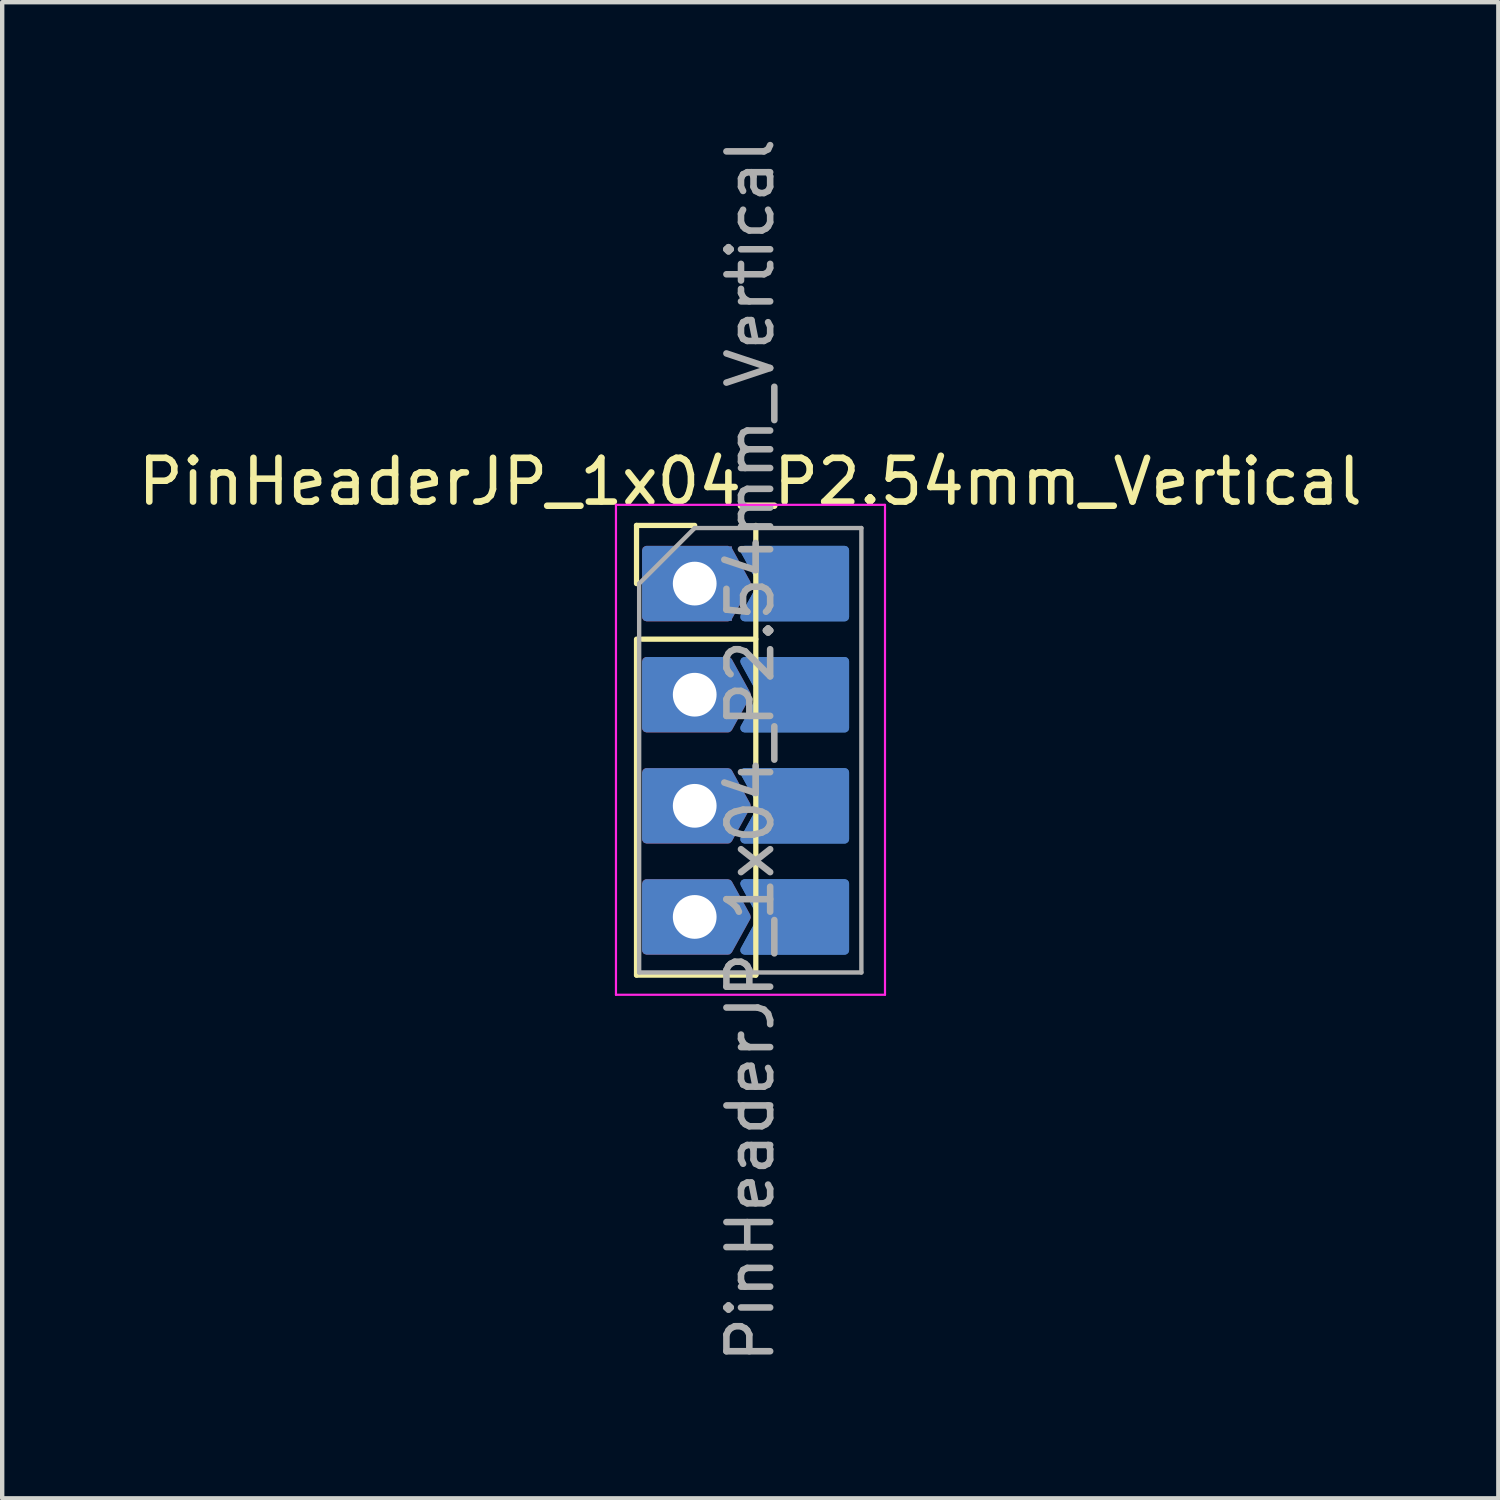
<source format=kicad_pcb>
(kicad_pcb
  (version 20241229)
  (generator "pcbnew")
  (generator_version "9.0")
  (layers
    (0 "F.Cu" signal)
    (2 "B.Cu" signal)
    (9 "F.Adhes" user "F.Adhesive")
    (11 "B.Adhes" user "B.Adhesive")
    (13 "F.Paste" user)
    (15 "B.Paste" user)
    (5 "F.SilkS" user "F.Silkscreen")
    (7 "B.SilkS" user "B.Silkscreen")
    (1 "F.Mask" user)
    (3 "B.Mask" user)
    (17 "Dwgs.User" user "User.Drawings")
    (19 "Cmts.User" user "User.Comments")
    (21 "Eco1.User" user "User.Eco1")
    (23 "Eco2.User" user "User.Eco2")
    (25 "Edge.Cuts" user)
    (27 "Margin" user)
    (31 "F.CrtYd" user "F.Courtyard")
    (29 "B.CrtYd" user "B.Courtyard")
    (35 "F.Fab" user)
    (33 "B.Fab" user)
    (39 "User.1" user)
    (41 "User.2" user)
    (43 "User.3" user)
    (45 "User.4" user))
  (footprint "PinHeaderJP_1x04_P2.54mm_Vertical"
    (layer "F.Cu")
    (at 12.831 10.291)
    (property "Reference" "PinHeaderJP_1x04_P2.54mm_Vertical" (at 1.27 -2.33 0) (layer "F.SilkS") (effects (font (size 1 1) (thickness 0.15))))
    (attr through_hole)
    (fp_poly (pts (xy 1.143 -0.762) (xy 1.563 0) (xy 1.143 0.762) (xy 3.429 0.762) (xy 3.429 -0.762)) (stroke (width 0.2) (type solid)) (fill yes) (layer "B.Cu"))
    (fp_poly (pts (xy 1.143 1.778) (xy 1.563 2.54) (xy 1.143 3.302) (xy 3.429 3.302) (xy 3.429 1.778)) (stroke (width 0.2) (type solid)) (fill yes) (layer "B.Cu"))
    (fp_poly (pts (xy 1.143 4.318) (xy 1.563 5.08) (xy 1.143 5.842) (xy 3.429 5.842) (xy 3.429 4.318)) (stroke (width 0.2) (type solid)) (fill yes) (layer "B.Cu"))
    (fp_poly (pts (xy 1.143 6.858) (xy 1.563 7.62) (xy 1.143 8.382) (xy 3.429 8.382) (xy 3.429 6.858)) (stroke (width 0.2) (type solid)) (fill yes) (layer "B.Cu"))
    (fp_line (start -1.33 -1.33) (end 0 -1.33) (stroke (width 0.12) (type solid)) (layer "F.SilkS"))
    (fp_line (start -1.33 0) (end -1.33 -1.33) (stroke (width 0.12) (type solid)) (layer "F.SilkS"))
    (fp_line (start -1.33 1.27) (end -1.33 8.95) (stroke (width 0.12) (type solid)) (layer "F.SilkS"))
    (fp_line (start -1.33 8.95) (end 1.397 8.95) (stroke (width 0.12) (type solid)) (layer "F.SilkS"))
    (fp_line (start -1.203 1.27) (end 1.397 1.27) (stroke (width 0.12) (type solid)) (layer "F.SilkS"))
    (fp_line (start 1.397 -1.33) (end 1.397 8.95) (stroke (width 0.12) (type solid)) (layer "F.SilkS"))
    (fp_line (start -1.8 -1.8) (end -1.8 9.4) (stroke (width 0.05) (type solid)) (layer "F.CrtYd"))
    (fp_line (start -1.8 9.4) (end 4.35 9.4) (stroke (width 0.05) (type solid)) (layer "F.CrtYd"))
    (fp_line (start 4.35 -1.8) (end -1.8 -1.8) (stroke (width 0.05) (type solid)) (layer "F.CrtYd"))
    (fp_line (start 4.35 9.4) (end 4.35 -1.8) (stroke (width 0.05) (type solid)) (layer "F.CrtYd"))
    (fp_line (start -1.27 0) (end 0 -1.27) (stroke (width 0.1) (type solid)) (layer "F.Fab"))
    (fp_line (start -1.27 8.89) (end -1.27 0) (stroke (width 0.1) (type solid)) (layer "F.Fab"))
    (fp_line (start 0 -1.27) (end 3.81 -1.27) (stroke (width 0.1) (type solid)) (layer "F.Fab"))
    (fp_line (start 3.81 -1.27) (end 3.81 8.89) (stroke (width 0.1) (type solid)) (layer "F.Fab"))
    (fp_line (start 3.81 8.89) (end -1.27 8.89) (stroke (width 0.1) (type solid)) (layer "F.Fab"))
    (fp_text user "${REFERENCE}" (at 1.27 3.81 90) (layer "F.Fab") (effects (font (size 1 1) (thickness 0.15))))
    (pad "1" thru_hole custom (at 0 0) (size 1.7 1.7) (drill 1) (layers "*.Cu" "*.Mask") (options (anchor rect)) (primitives (gr_poly (pts (xy -1.104 -0.762) (xy -1.104 0.762) (xy 0.762 0.762) (xy 1.182 0) (xy 0.762 -0.762)) (width 0.2) (fill yes))))
    (pad "2" smd custom (at 2.413 0) (size 1.7 1.7) (layers "B.Cu" "B.Mask" "B.Paste") (options (anchor circle)) (primitives (gr_poly (pts (xy 0.85 0) (xy 0.831 -0.177) (xy 0.777 -0.346) (xy 0.688 -0.5) (xy 0.569 -0.632) (xy 0.425 -0.736) (xy 0.263 -0.808) (xy 0.089 -0.845) (xy -0.089 -0.845) (xy -0.263 -0.808) (xy -0.425 -0.736) (xy -0.569 -0.632) (xy -0.688 -0.5) (xy -0.777 -0.346) (xy -0.831 -0.177) (xy -0.85 0) (xy -0.831 0.177) (xy -0.777 0.346) (xy -0.688 0.5) (xy -0.569 0.632) (xy -0.425 0.736) (xy -0.263 0.808) (xy -0.089 0.845) (xy 0.089 0.845) (xy 0.263 0.808) (xy 0.425 0.736) (xy 0.569 0.632) (xy 0.688 0.5) (xy 0.777 0.346) (xy 0.831 0.177) (xy 0.85 0)) (width 0) (fill yes)) (gr_poly (pts (xy -1.27 -0.762) (xy -0.85 0) (xy -1.27 0.762) (xy 1.016 0.762) (xy 1.016 -0.762)) (width 0.2) (fill yes))))
    (pad "3" thru_hole custom (at 0 2.54) (size 1.7 1.7) (drill 1) (layers "*.Cu" "*.Mask") (options (anchor circle)) (primitives (gr_poly (pts (xy 0.85 0) (xy 0.831 -0.177) (xy 0.777 -0.346) (xy 0.688 -0.5) (xy 0.569 -0.632) (xy 0.425 -0.736) (xy 0.263 -0.808) (xy 0.089 -0.845) (xy -0.089 -0.845) (xy -0.263 -0.808) (xy -0.425 -0.736) (xy -0.569 -0.632) (xy -0.688 -0.5) (xy -0.777 -0.346) (xy -0.831 -0.177) (xy -0.85 0) (xy -0.831 0.177) (xy -0.777 0.346) (xy -0.688 0.5) (xy -0.569 0.632) (xy -0.425 0.736) (xy -0.263 0.808) (xy -0.089 0.845) (xy 0.089 0.845) (xy 0.263 0.808) (xy 0.425 0.736) (xy 0.569 0.632) (xy 0.688 0.5) (xy 0.777 0.346) (xy 0.831 0.177) (xy 0.85 0)) (width 0) (fill yes)) (gr_poly (pts (xy -1.104 -0.762) (xy -1.104 0.762) (xy 0.762 0.762) (xy 1.182 0) (xy 0.762 -0.762)) (width 0.2) (fill yes))))
    (pad "4" smd custom (at 2.413 2.54) (size 1.7 1.7) (layers "B.Cu" "B.Mask" "B.Paste") (options (anchor circle)) (primitives (gr_poly (pts (xy 0.85 0) (xy 0.831 -0.177) (xy 0.777 -0.346) (xy 0.688 -0.5) (xy 0.569 -0.632) (xy 0.425 -0.736) (xy 0.263 -0.808) (xy 0.089 -0.845) (xy -0.089 -0.845) (xy -0.263 -0.808) (xy -0.425 -0.736) (xy -0.569 -0.632) (xy -0.688 -0.5) (xy -0.777 -0.346) (xy -0.831 -0.177) (xy -0.85 0) (xy -0.831 0.177) (xy -0.777 0.346) (xy -0.688 0.5) (xy -0.569 0.632) (xy -0.425 0.736) (xy -0.263 0.808) (xy -0.089 0.845) (xy 0.089 0.845) (xy 0.263 0.808) (xy 0.425 0.736) (xy 0.569 0.632) (xy 0.688 0.5) (xy 0.777 0.346) (xy 0.831 0.177) (xy 0.85 0)) (width 0) (fill yes)) (gr_poly (pts (xy -1.27 -0.762) (xy -0.85 0) (xy -1.27 0.762) (xy 1.016 0.762) (xy 1.016 -0.762)) (width 0.2) (fill yes))))
    (pad "5" thru_hole custom (at 0 5.08) (size 1.7 1.7) (drill 1) (layers "*.Cu" "*.Mask") (options (anchor circle)) (primitives (gr_poly (pts (xy 0.85 0) (xy 0.831 -0.177) (xy 0.777 -0.346) (xy 0.688 -0.5) (xy 0.569 -0.632) (xy 0.425 -0.736) (xy 0.263 -0.808) (xy 0.089 -0.845) (xy -0.089 -0.845) (xy -0.263 -0.808) (xy -0.425 -0.736) (xy -0.569 -0.632) (xy -0.688 -0.5) (xy -0.777 -0.346) (xy -0.831 -0.177) (xy -0.85 0) (xy -0.831 0.177) (xy -0.777 0.346) (xy -0.688 0.5) (xy -0.569 0.632) (xy -0.425 0.736) (xy -0.263 0.808) (xy -0.089 0.845) (xy 0.089 0.845) (xy 0.263 0.808) (xy 0.425 0.736) (xy 0.569 0.632) (xy 0.688 0.5) (xy 0.777 0.346) (xy 0.831 0.177) (xy 0.85 0)) (width 0) (fill yes)) (gr_poly (pts (xy -1.104 -0.762) (xy -1.104 0.762) (xy 0.762 0.762) (xy 1.182 0) (xy 0.762 -0.762)) (width 0.2) (fill yes))))
    (pad "6" smd custom (at 2.413 5.08) (size 1.7 1.7) (layers "B.Cu" "B.Mask" "B.Paste") (options (anchor circle)) (primitives (gr_poly (pts (xy 0.85 0) (xy 0.831 -0.177) (xy 0.777 -0.346) (xy 0.688 -0.5) (xy 0.569 -0.632) (xy 0.425 -0.736) (xy 0.263 -0.808) (xy 0.089 -0.845) (xy -0.089 -0.845) (xy -0.263 -0.808) (xy -0.425 -0.736) (xy -0.569 -0.632) (xy -0.688 -0.5) (xy -0.777 -0.346) (xy -0.831 -0.177) (xy -0.85 0) (xy -0.831 0.177) (xy -0.777 0.346) (xy -0.688 0.5) (xy -0.569 0.632) (xy -0.425 0.736) (xy -0.263 0.808) (xy -0.089 0.845) (xy 0.089 0.845) (xy 0.263 0.808) (xy 0.425 0.736) (xy 0.569 0.632) (xy 0.688 0.5) (xy 0.777 0.346) (xy 0.831 0.177) (xy 0.85 0)) (width 0) (fill yes)) (gr_poly (pts (xy -1.27 -0.762) (xy -0.85 0) (xy -1.27 0.762) (xy 1.016 0.762) (xy 1.016 -0.762)) (width 0.2) (fill yes))))
    (pad "7" thru_hole custom (at 0 7.62) (size 1.7 1.7) (drill 1) (layers "*.Cu" "*.Mask") (options (anchor circle)) (primitives (gr_poly (pts (xy 0.85 0) (xy 0.831 -0.177) (xy 0.777 -0.346) (xy 0.688 -0.5) (xy 0.569 -0.632) (xy 0.425 -0.736) (xy 0.263 -0.808) (xy 0.089 -0.845) (xy -0.089 -0.845) (xy -0.263 -0.808) (xy -0.425 -0.736) (xy -0.569 -0.632) (xy -0.688 -0.5) (xy -0.777 -0.346) (xy -0.831 -0.177) (xy -0.85 0) (xy -0.831 0.177) (xy -0.777 0.346) (xy -0.688 0.5) (xy -0.569 0.632) (xy -0.425 0.736) (xy -0.263 0.808) (xy -0.089 0.845) (xy 0.089 0.845) (xy 0.263 0.808) (xy 0.425 0.736) (xy 0.569 0.632) (xy 0.688 0.5) (xy 0.777 0.346) (xy 0.831 0.177) (xy 0.85 0)) (width 0) (fill yes)) (gr_poly (pts (xy -1.104 -0.762) (xy -1.104 0.762) (xy 0.762 0.762) (xy 1.182 0) (xy 0.762 -0.762)) (width 0.2) (fill yes))))
    (pad "8" smd custom (at 2.413 7.62) (size 1.7 1.7) (layers "B.Cu" "B.Mask" "B.Paste") (options (anchor circle)) (primitives (gr_poly (pts (xy 0.85 0) (xy 0.831 -0.177) (xy 0.777 -0.346) (xy 0.688 -0.5) (xy 0.569 -0.632) (xy 0.425 -0.736) (xy 0.263 -0.808) (xy 0.089 -0.845) (xy -0.089 -0.845) (xy -0.263 -0.808) (xy -0.425 -0.736) (xy -0.569 -0.632) (xy -0.688 -0.5) (xy -0.777 -0.346) (xy -0.831 -0.177) (xy -0.85 0) (xy -0.831 0.177) (xy -0.777 0.346) (xy -0.688 0.5) (xy -0.569 0.632) (xy -0.425 0.736) (xy -0.263 0.808) (xy -0.089 0.845) (xy 0.089 0.845) (xy 0.263 0.808) (xy 0.425 0.736) (xy 0.569 0.632) (xy 0.688 0.5) (xy 0.777 0.346) (xy 0.831 0.177) (xy 0.85 0)) (width 0) (fill yes)) (gr_poly (pts (xy -1.27 -0.762) (xy -0.85 0) (xy -1.27 0.762) (xy 1.016 0.762) (xy 1.016 -0.762)) (width 0.2) (fill yes)))))
  (gr_rect
    (start -3 -3)
    (end 31.202 31.202)
    (stroke (width 0.1) (type default))
    (fill no)
    (layer "Edge.Cuts")))
</source>
